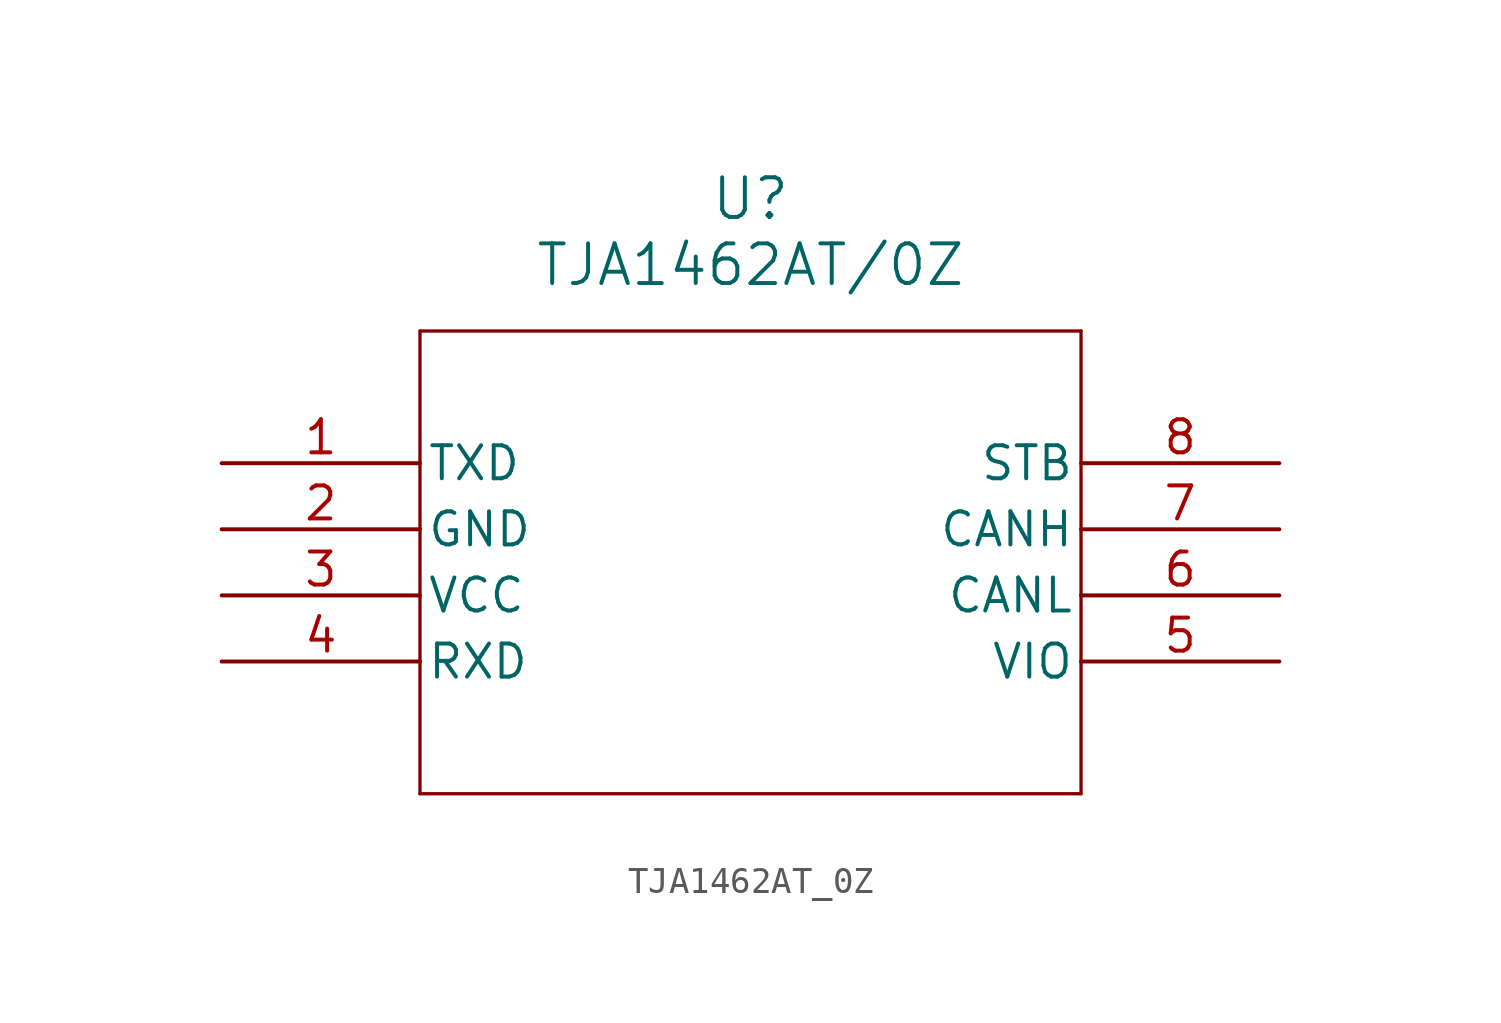
<source format=kicad_sym>
(kicad_symbol_lib
  (version 20211014)
  (generator kicad_symbol_editor)
  (symbol "TJA1462AT_0Z"
    (pin_names
      (offset 0.254))
    (property "Reference" "U"
      (at 20.32 10.16 0)
      (effects (font (size 1.524 1.524))))
    (property "Value" "TJA1462AT/0Z"
      (at 20.32 7.62 0)
      (effects (font (size 1.524 1.524))))
    (symbol "TJA1462AT_0Z_0_1"
      (polyline (pts (xy 7.62 5.08) (xy 7.62 -12.7)) (stroke (width 0.127) (type default) (color 0 0 0 0)) (fill (type none)))
      (polyline (pts (xy 7.62 -12.7) (xy 33.02 -12.7)) (stroke (width 0.127) (type default) (color 0 0 0 0)) (fill (type none)))
      (polyline (pts (xy 33.02 -12.7) (xy 33.02 5.08)) (stroke (width 0.127) (type default) (color 0 0 0 0)) (fill (type none)))
      (polyline (pts (xy 33.02 5.08) (xy 7.62 5.08)) (stroke (width 0.127) (type default) (color 0 0 0 0)) (fill (type none)))
      (pin input line (at 0 0 0) (length 7.62) (name "TXD" (effects (font (size 1.27 1.27)))) (number "1" (effects (font (size 1.27 1.27)))))
      (pin power_out line (at 0 -2.54 0) (length 7.62) (name "GND" (effects (font (size 1.27 1.27)))) (number "2" (effects (font (size 1.27 1.27)))))
      (pin power_in line (at 0 -5.08 0) (length 7.62) (name "VCC" (effects (font (size 1.27 1.27)))) (number "3" (effects (font (size 1.27 1.27)))))
      (pin output line (at 0 -7.62 0) (length 7.62) (name "RXD" (effects (font (size 1.27 1.27)))) (number "4" (effects (font (size 1.27 1.27)))))
      (pin power_in line (at 40.64 -7.62 180) (length 7.62) (name "VIO" (effects (font (size 1.27 1.27)))) (number "5" (effects (font (size 1.27 1.27)))))
      (pin bidirectional line (at 40.64 -5.08 180) (length 7.62) (name "CANL" (effects (font (size 1.27 1.27)))) (number "6" (effects (font (size 1.27 1.27)))))
      (pin bidirectional line (at 40.64 -2.54 180) (length 7.62) (name "CANH" (effects (font (size 1.27 1.27)))) (number "7" (effects (font (size 1.27 1.27)))))
      (pin input line (at 40.64 0 180) (length 7.62) (name "STB" (effects (font (size 1.27 1.27)))) (number "8" (effects (font (size 1.27 1.27))))))))
</source>
